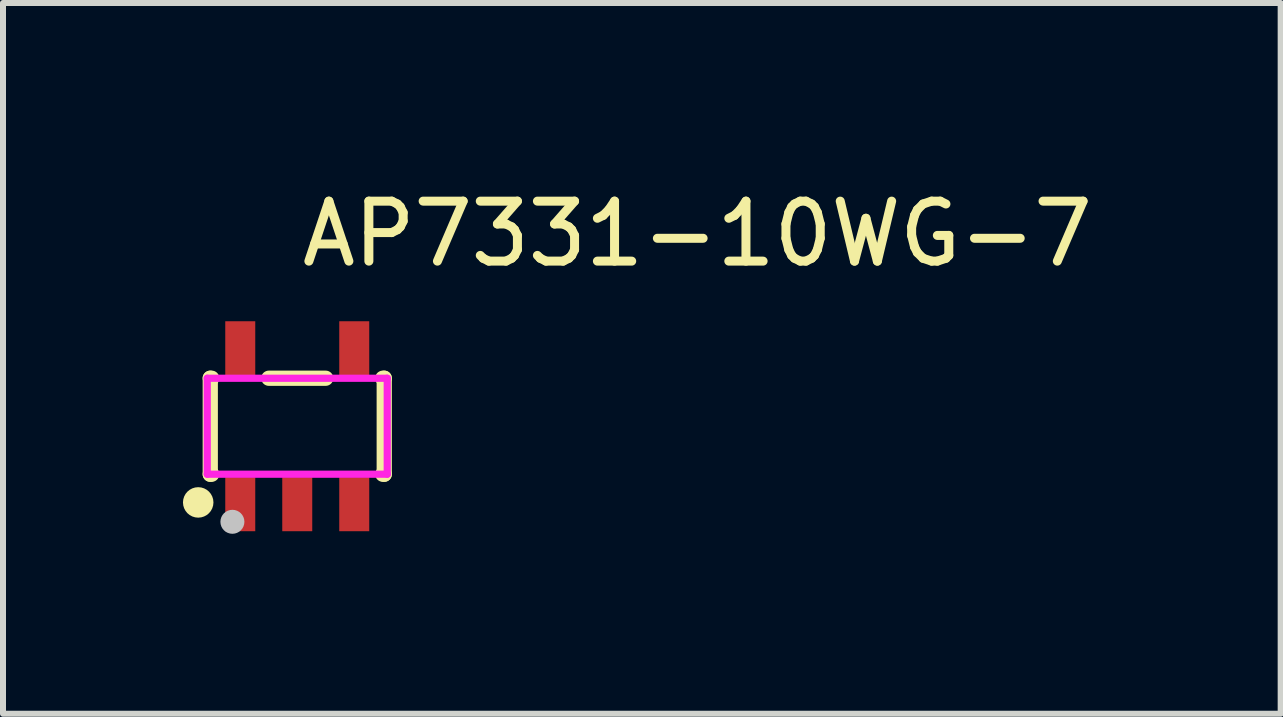
<source format=kicad_pcb>
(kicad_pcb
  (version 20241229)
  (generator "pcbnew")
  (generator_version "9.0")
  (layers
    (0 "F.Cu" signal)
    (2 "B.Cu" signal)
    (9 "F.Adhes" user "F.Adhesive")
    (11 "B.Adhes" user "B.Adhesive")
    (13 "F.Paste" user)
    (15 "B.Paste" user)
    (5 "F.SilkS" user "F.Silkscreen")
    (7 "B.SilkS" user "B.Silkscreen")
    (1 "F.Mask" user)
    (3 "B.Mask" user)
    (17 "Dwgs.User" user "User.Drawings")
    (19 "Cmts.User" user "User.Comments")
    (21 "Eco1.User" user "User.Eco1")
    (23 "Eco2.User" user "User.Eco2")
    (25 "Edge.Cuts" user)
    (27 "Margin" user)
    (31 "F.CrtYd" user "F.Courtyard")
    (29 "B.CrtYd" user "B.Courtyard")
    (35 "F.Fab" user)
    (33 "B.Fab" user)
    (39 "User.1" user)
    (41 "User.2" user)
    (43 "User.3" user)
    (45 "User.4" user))
  (footprint "AP7331-10WG-7"
    (layer "F.Cu")
    (at 1.905 4.055)
    (property "Reference" "AP7331-10WG-7" (at 0 -3.207 0) (layer "F.SilkS") (effects (font (size 1 1) (thickness 0.15)) (justify left)))
    (attr through_hole)
    (fp_line (start -1.45 0.8) (end -1.45 -0.8) (stroke (width 0.254) (type solid)) (layer "F.SilkS"))
    (fp_line (start -1.45 0.8) (end -1.426 0.8) (stroke (width 0.254) (type solid)) (layer "F.SilkS"))
    (fp_line (start -1.426 -0.8) (end -1.45 -0.8) (stroke (width 0.254) (type solid)) (layer "F.SilkS"))
    (fp_line (start 0.474 -0.8) (end -0.474 -0.8) (stroke (width 0.254) (type solid)) (layer "F.SilkS"))
    (fp_line (start 1.426 0.8) (end 1.45 0.8) (stroke (width 0.254) (type solid)) (layer "F.SilkS"))
    (fp_line (start 1.45 -0.8) (end 1.426 -0.8) (stroke (width 0.254) (type solid)) (layer "F.SilkS"))
    (fp_line (start 1.45 0.8) (end 1.45 -0.8) (stroke (width 0.254) (type solid)) (layer "F.SilkS"))
    (fp_circle (center -1.651 1.27) (end -1.524 1.27) (stroke (width 0.254) (type solid)) (fill no) (layer "F.SilkS"))
    (fp_circle (center -1.081 1.593) (end -0.981 1.593) (stroke (width 0.2) (type solid)) (fill no) (layer "Dwgs.User"))
    (fp_line (start -1.15 0.79) (end -0.75 0.79) (stroke (width 0.12) (type solid)) (layer "Eco2.User"))
    (fp_line (start -1.15 0.96) (end -1.15 0.79) (stroke (width 0.12) (type solid)) (layer "Eco2.User"))
    (fp_line (start -1.14 -1.01) (end -0.76 -1.01) (stroke (width 0.12) (type solid)) (layer "Eco2.User"))
    (fp_line (start -1.14 -0.79) (end -1.14 -1.01) (stroke (width 0.12) (type solid)) (layer "Eco2.User"))
    (fp_line (start -0.76 -1.01) (end -0.76 -0.79) (stroke (width 0.12) (type solid)) (layer "Eco2.User"))
    (fp_line (start -0.76 -0.79) (end -1.14 -0.79) (stroke (width 0.12) (type solid)) (layer "Eco2.User"))
    (fp_line (start -0.75 0.79) (end -0.75 0.96) (stroke (width 0.12) (type solid)) (layer "Eco2.User"))
    (fp_line (start -0.75 0.96) (end -1.15 0.96) (stroke (width 0.12) (type solid)) (layer "Eco2.User"))
    (fp_line (start -0.2 0.79) (end 0.2 0.79) (stroke (width 0.12) (type solid)) (layer "Eco2.User"))
    (fp_line (start -0.2 0.96) (end -0.2 0.79) (stroke (width 0.12) (type solid)) (layer "Eco2.User"))
    (fp_line (start 0.2 0.79) (end 0.2 0.96) (stroke (width 0.12) (type solid)) (layer "Eco2.User"))
    (fp_line (start 0.2 0.96) (end -0.2 0.96) (stroke (width 0.12) (type solid)) (layer "Eco2.User"))
    (fp_line (start 0.75 -0.96) (end 1.15 -0.96) (stroke (width 0.12) (type solid)) (layer "Eco2.User"))
    (fp_line (start 0.75 -0.79) (end 0.75 -0.96) (stroke (width 0.12) (type solid)) (layer "Eco2.User"))
    (fp_line (start 0.75 0.79) (end 1.15 0.79) (stroke (width 0.12) (type solid)) (layer "Eco2.User"))
    (fp_line (start 0.75 0.96) (end 0.75 0.79) (stroke (width 0.12) (type solid)) (layer "Eco2.User"))
    (fp_line (start 1.15 -0.96) (end 1.15 -0.79) (stroke (width 0.12) (type solid)) (layer "Eco2.User"))
    (fp_line (start 1.15 -0.79) (end 0.75 -0.79) (stroke (width 0.12) (type solid)) (layer "Eco2.User"))
    (fp_line (start 1.15 0.79) (end 1.15 0.96) (stroke (width 0.12) (type solid)) (layer "Eco2.User"))
    (fp_line (start 1.15 0.96) (end 0.75 0.96) (stroke (width 0.12) (type solid)) (layer "Eco2.User"))
    (fp_circle (center -1.5 1.4) (end -1.47 1.4) (stroke (width 0.06) (type solid)) (fill no) (layer "Eco2.User"))
    (fp_poly (pts (xy -1.15 1.4) (xy -1.15 0.95) (xy -0.75 0.95) (xy -0.75 1.4)) (stroke (width 0.12) (type solid)) (fill no) (layer "Eco2.User"))
    (fp_poly (pts (xy -1.14 -1) (xy -1.14 -1.4) (xy -0.76 -1.4) (xy -0.76 -1)) (stroke (width 0.12) (type solid)) (fill no) (layer "Eco2.User"))
    (fp_poly (pts (xy -0.2 1.4) (xy -0.2 0.95) (xy 0.2 0.95) (xy 0.2 1.4)) (stroke (width 0.12) (type solid)) (fill no) (layer "Eco2.User"))
    (fp_poly (pts (xy 0.75 -0.95) (xy 0.75 -1.4) (xy 1.15 -1.4) (xy 1.15 -0.95)) (stroke (width 0.12) (type solid)) (fill no) (layer "Eco2.User"))
    (fp_poly (pts (xy 0.75 1.4) (xy 0.75 0.95) (xy 1.15 0.95) (xy 1.15 1.4)) (stroke (width 0.12) (type solid)) (fill no) (layer "Eco2.User"))
    (fp_line (start -1.5 -0.8) (end 1.5 -0.8) (stroke (width 0.12) (type solid)) (layer "F.CrtYd"))
    (fp_line (start -1.5 0.8) (end -1.5 -0.8) (stroke (width 0.12) (type solid)) (layer "F.CrtYd"))
    (fp_line (start 1.5 -0.8) (end 1.5 0.8) (stroke (width 0.12) (type solid)) (layer "F.CrtYd"))
    (fp_line (start 1.5 0.8) (end -1.5 0.8) (stroke (width 0.12) (type solid)) (layer "F.CrtYd"))
    (pad "1" smd rect (at -0.95 1.3) (size 0.5 0.9) (layers "F.Cu" "F.Mask" "F.Paste"))
    (pad "2" smd rect (at 0 1.3) (size 0.5 0.9) (layers "F.Cu" "F.Mask" "F.Paste"))
    (pad "3" smd rect (at 0.95 1.3) (size 0.5 0.9) (layers "F.Cu" "F.Mask" "F.Paste"))
    (pad "4" smd rect (at 0.95 -1.3) (size 0.5 0.9) (layers "F.Cu" "F.Mask" "F.Paste"))
    (pad "5" smd rect (at -0.95 -1.3) (size 0.5 0.9) (layers "F.Cu" "F.Mask" "F.Paste")))
  (gr_rect
    (start -3 -3)
    (end 18.298 8.848)
    (stroke (width 0.1) (type default))
    (fill no)
    (layer "Edge.Cuts")))
</source>
